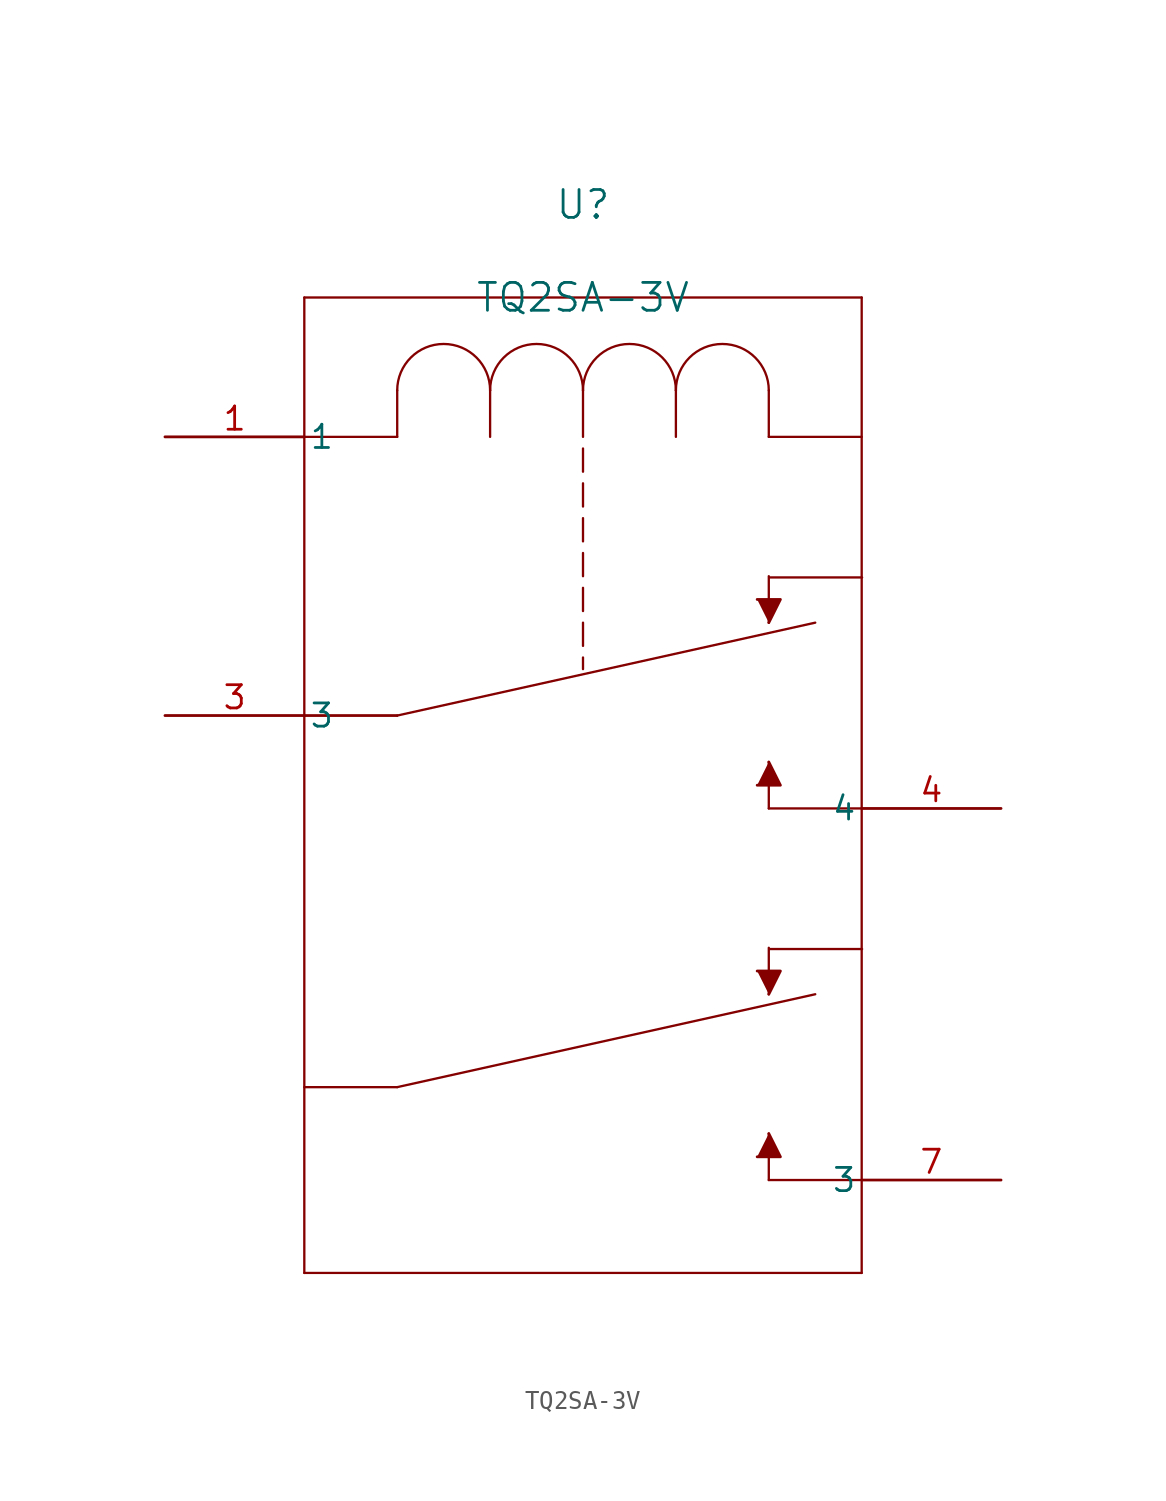
<source format=kicad_sym>
(kicad_symbol_lib
  (version 20211014)
  (generator kicad_symbol_editor)
  (symbol "TQ2SA-3V"
    (pin_names
      (offset 0.254))
    (property "Reference" "U"
      (at 22.86 12.7 0)
      (effects (font (size 1.524 1.524))))
    (property "Value" "TQ2SA-3V"
      (at 22.86 7.62 0)
      (effects (font (size 1.524 1.524))))
    (symbol "TQ2SA-3V_0_1"
      (polyline (pts (xy 12.7 -15.24) (xy 35.56 -10.16)) (stroke (width 0.127) (type default) (color 0 0 0 0)) (fill (type none)))
      (polyline (pts (xy 12.7 -15.24) (xy 7.62 -15.24)) (stroke (width 0.127) (type default) (color 0 0 0 0)) (fill (type none)))
      (polyline (pts (xy 38.1 -20.32) (xy 33.02 -20.32)) (stroke (width 0.127) (type default) (color 0 0 0 0)) (fill (type none)))
      (polyline (pts (xy 33.042 -7.688) (xy 38.122 -7.688)) (stroke (width 0.127) (type default) (color 0 0 0 0)) (fill (type none)))
      (polyline (pts (xy 38.1 7.62) (xy 7.62 7.62)) (stroke (width 0.127) (type default) (color 0 0 0 0)) (fill (type none)))
      (polyline (pts (xy 22.86 -1.905) (xy 22.86 -0.635)) (stroke (width 0.127) (type default) (color 0 0 0 0)) (fill (type none)))
      (polyline (pts (xy 22.86 -2.54) (xy 22.86 -3.81)) (stroke (width 0.127) (type default) (color 0 0 0 0)) (fill (type none)))
      (polyline (pts (xy 22.86 -4.445) (xy 22.86 -5.715)) (stroke (width 0.127) (type default) (color 0 0 0 0)) (fill (type none)))
      (polyline (pts (xy 22.86 -6.35) (xy 22.86 -7.62)) (stroke (width 0.127) (type default) (color 0 0 0 0)) (fill (type none)))
      (polyline (pts (xy 22.86 -8.255) (xy 22.86 -9.525)) (stroke (width 0.127) (type default) (color 0 0 0 0)) (fill (type none)))
      (polyline (pts (xy 33.02 -10.16) (xy 33.02 -7.62)) (stroke (width 0.127) (type default) (color 0 0 0 0)) (fill (type none)))
      (polyline (pts (xy 33.02 -20.32) (xy 33.02 -17.78)) (stroke (width 0.127) (type default) (color 0 0 0 0)) (fill (type none)))
      (polyline (pts (xy 7.62 -45.72) (xy 38.1 -45.72)) (stroke (width 0.127) (type default) (color 0 0 0 0)) (fill (type none)))
      (polyline (pts (xy 7.62 7.62) (xy 7.62 -45.72)) (stroke (width 0.127) (type default) (color 0 0 0 0)) (fill (type none)))
      (polyline (pts (xy 38.1 -40.64) (xy 33.02 -40.64)) (stroke (width 0.127) (type default) (color 0 0 0 0)) (fill (type none)))
      (polyline (pts (xy 38.1 7.62) (xy 38.1 -45.72)) (stroke (width 0.127) (type default) (color 0 0 0 0)) (fill (type none)))
      (polyline (pts (xy 33.02 -40.64) (xy 33.02 -38.1)) (stroke (width 0.127) (type default) (color 0 0 0 0)) (fill (type none)))
      (polyline (pts (xy 33.042 -28.008) (xy 38.122 -28.008)) (stroke (width 0.127) (type default) (color 0 0 0 0)) (fill (type none)))
      (polyline (pts (xy 33.02 -30.48) (xy 33.02 -27.94)) (stroke (width 0.127) (type default) (color 0 0 0 0)) (fill (type none)))
      (polyline (pts (xy 12.7 -35.56) (xy 7.62 -35.56)) (stroke (width 0.127) (type default) (color 0 0 0 0)) (fill (type none)))
      (polyline (pts (xy 12.7 -15.24) (xy 7.62 -15.24)) (stroke (width 0.127) (type default) (color 0 0 0 0)) (fill (type none)))
      (polyline (pts (xy 12.7 -35.56) (xy 35.56 -30.48)) (stroke (width 0.127) (type default) (color 0 0 0 0)) (fill (type none)))
      (arc (start 17.78 2.54) (mid 15.24 5.08) (end 12.7 2.54) (stroke (width 0.127) (type default) (color 0 0 0 0)) (fill (type none)))
      (polyline (pts (xy 12.7 2.54) (xy 12.7 0)) (stroke (width 0.127) (type default) (color 0 0 0 0)) (fill (type none)))
      (arc (start 22.86 2.54) (mid 20.32 5.08) (end 17.78 2.54) (stroke (width 0.127) (type default) (color 0 0 0 0)) (fill (type none)))
      (polyline (pts (xy 17.78 2.54) (xy 17.78 0)) (stroke (width 0.127) (type default) (color 0 0 0 0)) (fill (type none)))
      (arc (start 27.94 2.54) (mid 25.4 5.08) (end 22.86 2.54) (stroke (width 0.127) (type default) (color 0 0 0 0)) (fill (type none)))
      (polyline (pts (xy 22.86 2.54) (xy 22.86 0)) (stroke (width 0.127) (type default) (color 0 0 0 0)) (fill (type none)))
      (arc (start 33.02 2.54) (mid 30.48 5.08) (end 27.94 2.54) (stroke (width 0.127) (type default) (color 0 0 0 0)) (fill (type none)))
      (polyline (pts (xy 27.94 2.54) (xy 27.94 0)) (stroke (width 0.127) (type default) (color 0 0 0 0)) (fill (type none)))
      (polyline (pts (xy 33.02 2.54) (xy 33.02 0)) (stroke (width 0.127) (type default) (color 0 0 0 0)) (fill (type none)))
      (polyline (pts (xy 12.7 0) (xy 7.62 0)) (stroke (width 0.127) (type default) (color 0 0 0 0)) (fill (type none)))
      (polyline (pts (xy 33.02 0) (xy 38.1 0)) (stroke (width 0.127) (type default) (color 0 0 0 0)) (fill (type none)))
      (polyline (pts (xy 22.86 -10.16) (xy 22.86 -11.43)) (stroke (width 0.127) (type default) (color 0 0 0 0)) (fill (type none)))
      (polyline (pts (xy 22.86 -12.065) (xy 22.86 -12.7)) (stroke (width 0.127) (type default) (color 0 0 0 0)) (fill (type none)))
      (polyline (pts (xy 32.385 -8.89) (xy 33.655 -8.89) (xy 33.02 -10.16)) (stroke (width 0) (type default) (color 0 0 0 0)) (fill (type outline)))
      (polyline (pts (xy 32.385 -19.05) (xy 33.655 -19.05) (xy 33.02 -17.78)) (stroke (width 0) (type default) (color 0 0 0 0)) (fill (type outline)))
      (polyline (pts (xy 32.385 -39.37) (xy 33.655 -39.37) (xy 33.02 -38.1)) (stroke (width 0) (type default) (color 0 0 0 0)) (fill (type outline)))
      (polyline (pts (xy 32.385 -29.21) (xy 33.655 -29.21) (xy 33.02 -30.48)) (stroke (width 0) (type default) (color 0 0 0 0)) (fill (type outline)))
      (pin unspecified line (at 0 0 0) (length 7.62) (name "1" (effects (font (size 1.27 1.27)))) (number "1" (effects (font (size 1.27 1.27)))))
      (pin unspecified line (at 0 -15.24 0) (length 7.62) (name "3" (effects (font (size 1.27 1.27)))) (number "3" (effects (font (size 1.27 1.27)))))
      (pin unspecified line (at 45.72 -20.32 180) (length 7.62) (name "4" (effects (font (size 1.27 1.27)))) (number "4" (effects (font (size 1.27 1.27)))))
      (pin unspecified line (at 45.72 -40.64 180) (length 7.62) (name "3" (effects (font (size 1.27 1.27)))) (number "7" (effects (font (size 1.27 1.27))))))))
</source>
